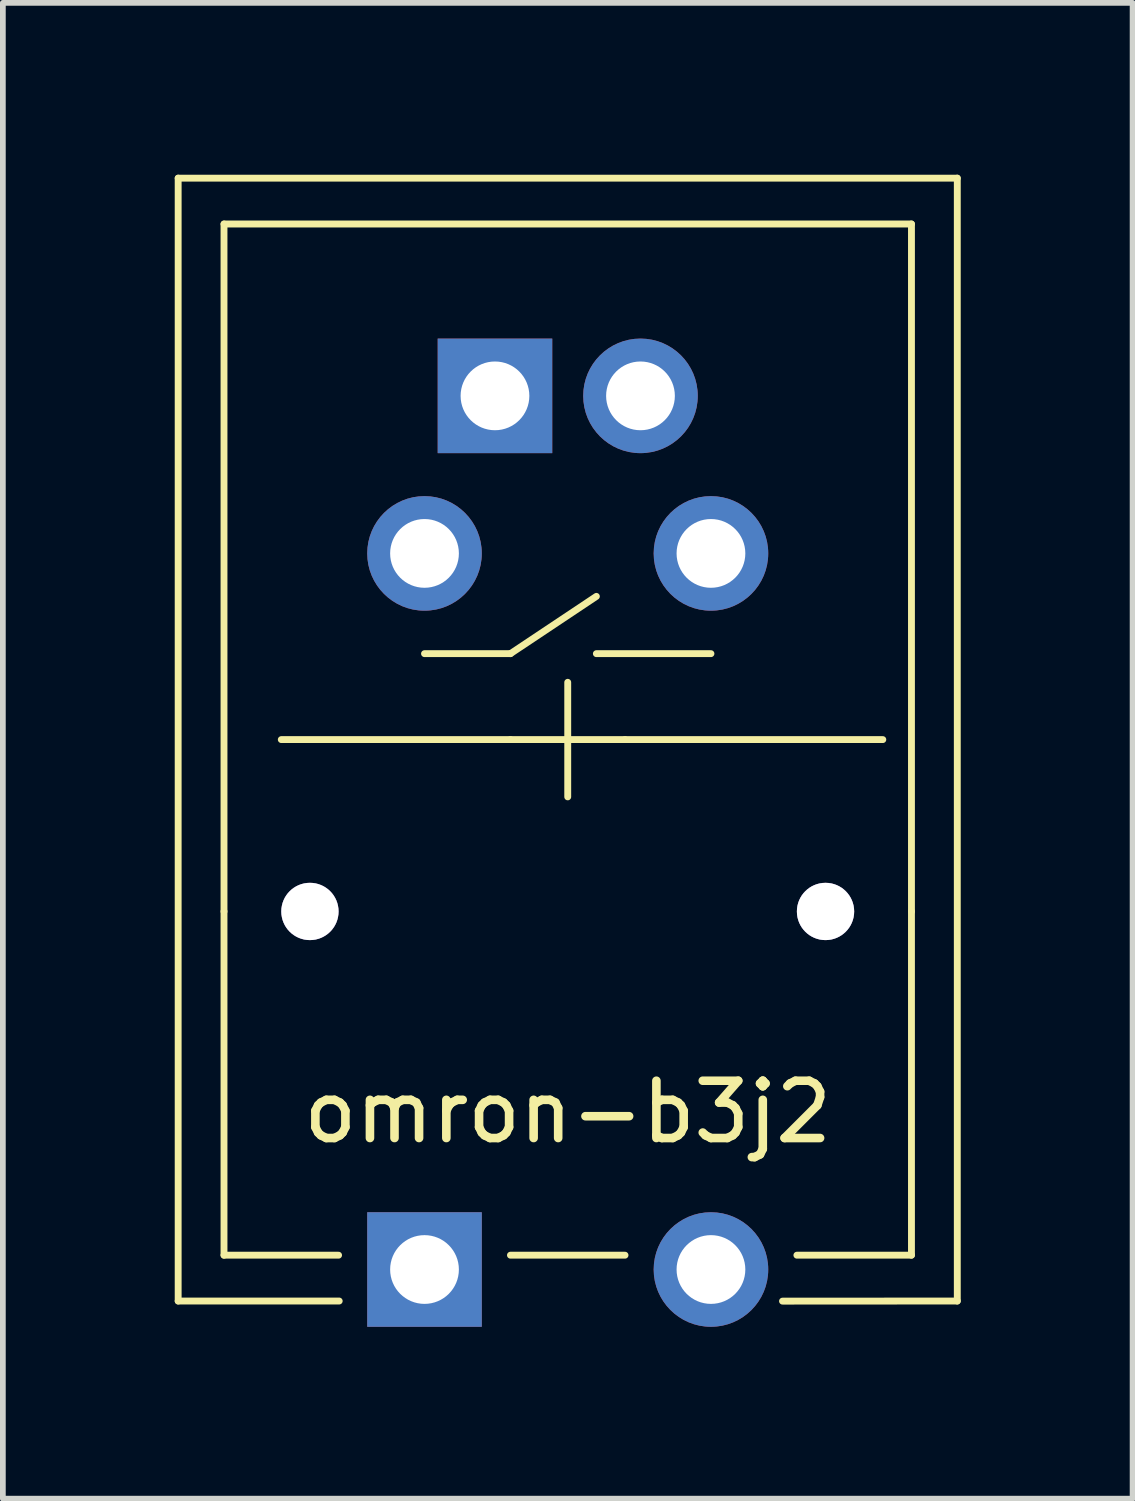
<source format=kicad_pcb>
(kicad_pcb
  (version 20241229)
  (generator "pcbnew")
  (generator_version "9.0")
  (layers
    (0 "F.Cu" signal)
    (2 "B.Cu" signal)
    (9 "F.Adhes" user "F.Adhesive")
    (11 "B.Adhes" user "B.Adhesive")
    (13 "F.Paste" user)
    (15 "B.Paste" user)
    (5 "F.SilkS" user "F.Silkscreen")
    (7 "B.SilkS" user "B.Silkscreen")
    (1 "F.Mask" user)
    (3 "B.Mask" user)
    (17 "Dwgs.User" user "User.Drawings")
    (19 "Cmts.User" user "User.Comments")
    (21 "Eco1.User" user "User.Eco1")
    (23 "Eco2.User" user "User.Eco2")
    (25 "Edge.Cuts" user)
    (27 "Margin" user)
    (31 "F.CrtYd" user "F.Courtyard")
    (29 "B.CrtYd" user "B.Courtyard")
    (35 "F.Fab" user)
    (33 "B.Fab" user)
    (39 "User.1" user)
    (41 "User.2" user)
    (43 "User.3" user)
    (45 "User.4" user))
  (footprint "omron-b3j2"
    (layer "F.Cu")
    (at 6.86 12.86)
    (property "Reference" "omron-b3j2" (at 0 3.5 0) (unlocked yes) (layer "F.SilkS") (effects (font (size 1 1) (thickness 0.15))))
    (attr through_hole)
    (fp_line (start -6.8 -12.8) (end 6.8 -12.8) (stroke (width 0.12) (type solid)) (layer "F.SilkS"))
    (fp_line (start -6.8 6.8) (end -6.8 -12.8) (stroke (width 0.12) (type solid)) (layer "F.SilkS"))
    (fp_line (start -6.8 6.8) (end -3.989 6.8) (stroke (width 0.12) (type solid)) (layer "F.SilkS"))
    (fp_line (start -6 -12) (end 6 -12) (stroke (width 0.12) (type solid)) (layer "F.SilkS"))
    (fp_line (start -6 0) (end -6 -12) (stroke (width 0.12) (type solid)) (layer "F.SilkS"))
    (fp_line (start -6 6) (end -6 0) (stroke (width 0.12) (type solid)) (layer "F.SilkS"))
    (fp_line (start -4 6) (end -6 6) (stroke (width 0.12) (type solid)) (layer "F.SilkS"))
    (fp_line (start -2.5 -4.5) (end -1 -4.5) (stroke (width 0.12) (type solid)) (layer "F.SilkS"))
    (fp_line (start -1 -4.5) (end 0.5 -5.5) (stroke (width 0.12) (type solid)) (layer "F.SilkS"))
    (fp_line (start -1 -3) (end -5 -3) (stroke (width 0.12) (type solid)) (layer "F.SilkS"))
    (fp_line (start -1 -3) (end 1 -3) (stroke (width 0.12) (type solid)) (layer "F.SilkS"))
    (fp_line (start 0 -4) (end 0 -2) (stroke (width 0.12) (type solid)) (layer "F.SilkS"))
    (fp_line (start 1 6) (end -1 6) (stroke (width 0.12) (type solid)) (layer "F.SilkS"))
    (fp_line (start 2.5 -4.5) (end 0.5 -4.5) (stroke (width 0.12) (type solid)) (layer "F.SilkS"))
    (fp_line (start 5.5 -3) (end 1 -3) (stroke (width 0.12) (type solid)) (layer "F.SilkS"))
    (fp_line (start 6 -12) (end 6 0) (stroke (width 0.12) (type solid)) (layer "F.SilkS"))
    (fp_line (start 6 0) (end 6 6) (stroke (width 0.12) (type solid)) (layer "F.SilkS"))
    (fp_line (start 6 6) (end 4 6) (stroke (width 0.12) (type solid)) (layer "F.SilkS"))
    (fp_line (start 6.8 6.8) (end 3.749 6.802) (stroke (width 0.12) (type solid)) (layer "F.SilkS"))
    (fp_line (start 6.8 6.8) (end 6.8 -12.8) (stroke (width 0.12) (type solid)) (layer "F.SilkS"))
    (pad "1" thru_hole rect (at -2.5 6.25) (size 2 2) (drill 1.2) (layers "*.Cu" "*.Mask"))
    (pad "2" thru_hole circle (at -2.5 -6.25) (size 2 2) (drill 1.2) (layers "*.Cu" "*.Mask"))
    (pad "3" thru_hole circle (at 2.5 6.25) (size 2 2) (drill 1.2) (layers "*.Cu" "*.Mask"))
    (pad "4" thru_hole circle (at 2.5 -6.25) (size 2 2) (drill 1.2) (layers "*.Cu" "*.Mask"))
    (pad "5" thru_hole circle (at -4.5 0) (size 1 1) (drill 1.8) (layers "*.Cu" "*.Mask"))
    (pad "6" thru_hole circle (at 4.5 0) (size 1 1) (drill 1.8) (layers "*.Cu" "*.Mask"))
    (pad "A" thru_hole circle (at 1.27 -9) (size 2 2) (drill 1.2) (layers "*.Cu" "*.Mask"))
    (pad "K" thru_hole rect (at -1.27 -9) (size 2 2) (drill 1.2) (layers "*.Cu" "*.Mask")))
  (gr_rect
    (start -3 -3)
    (end 16.72 23.11)
    (stroke (width 0.1) (type default))
    (fill no)
    (layer "Edge.Cuts")))
</source>
